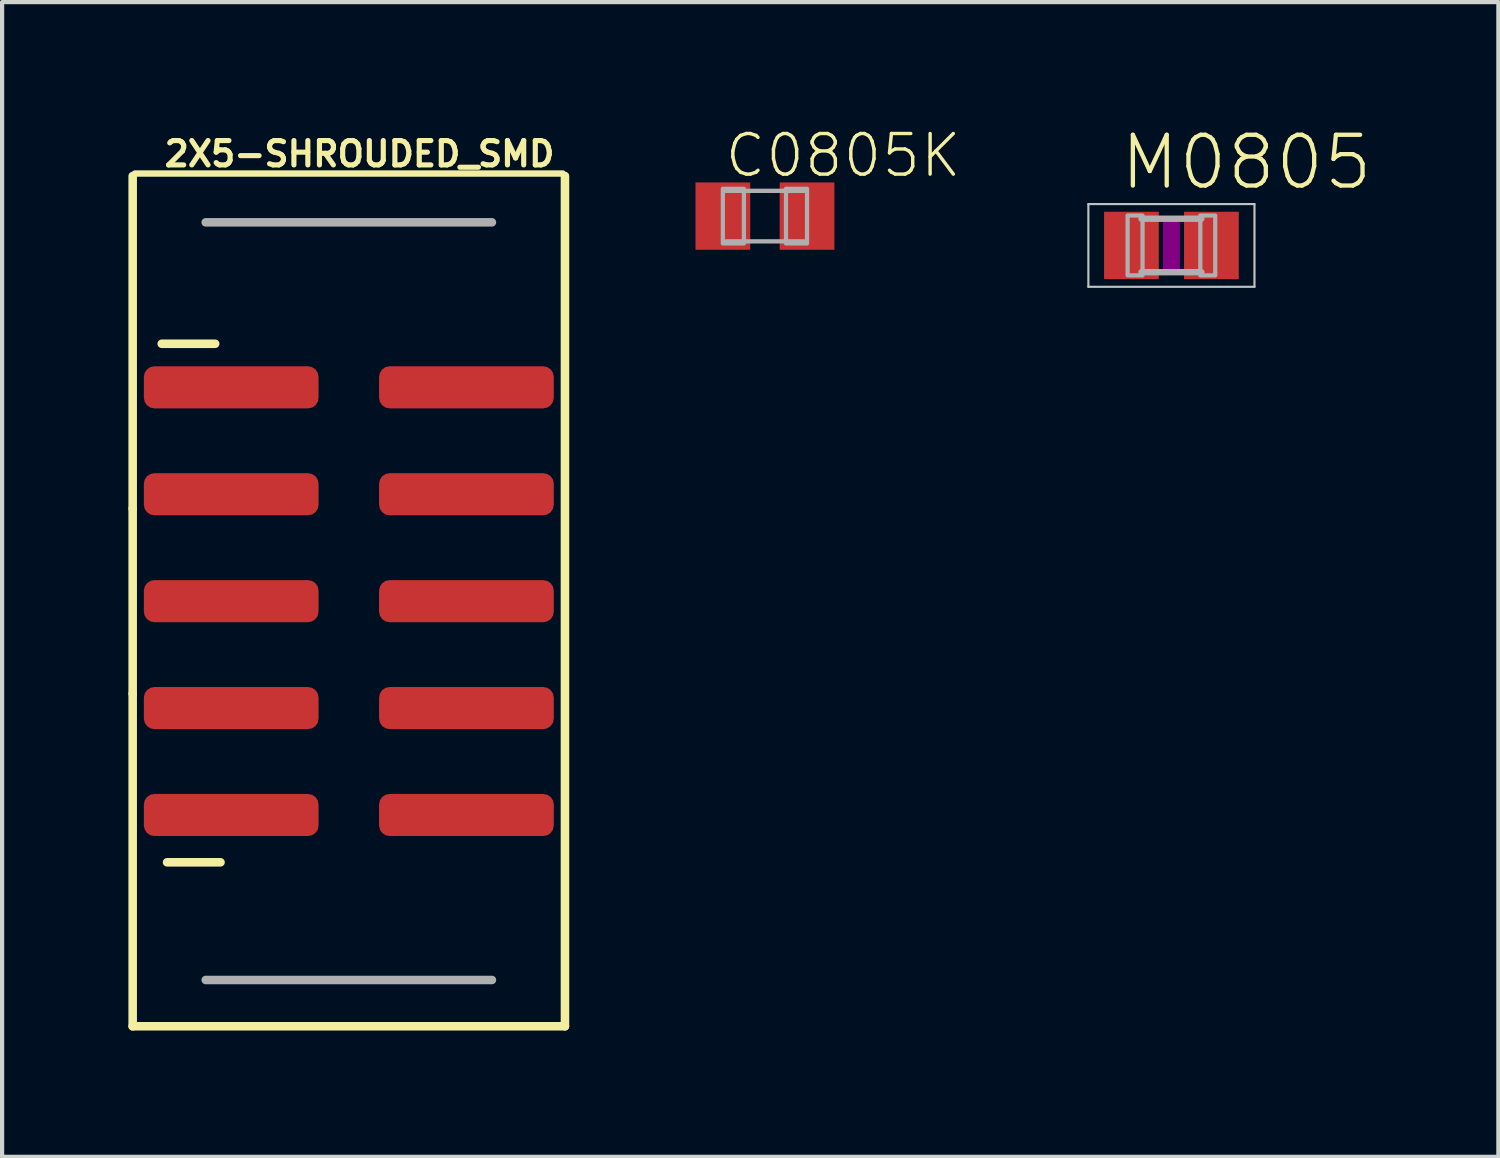
<source format=kicad_pcb>
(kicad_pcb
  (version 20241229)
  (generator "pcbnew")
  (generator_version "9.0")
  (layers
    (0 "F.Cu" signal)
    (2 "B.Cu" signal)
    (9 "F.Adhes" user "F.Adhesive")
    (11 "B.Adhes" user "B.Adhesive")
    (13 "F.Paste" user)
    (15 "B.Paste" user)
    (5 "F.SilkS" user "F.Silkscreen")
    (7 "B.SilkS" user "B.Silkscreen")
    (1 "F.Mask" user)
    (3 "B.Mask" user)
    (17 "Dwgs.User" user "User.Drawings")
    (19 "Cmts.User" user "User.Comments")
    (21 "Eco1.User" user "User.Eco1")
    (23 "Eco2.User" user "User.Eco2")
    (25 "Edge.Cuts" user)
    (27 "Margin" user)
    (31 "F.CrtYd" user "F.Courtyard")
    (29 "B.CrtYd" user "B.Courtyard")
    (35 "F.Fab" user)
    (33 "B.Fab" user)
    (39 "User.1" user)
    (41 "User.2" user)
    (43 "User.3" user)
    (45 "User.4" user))
  (footprint "C0805K"
    (layer "F.Cu")
    (at 15.123 2.084)
    (property "Reference" "C0805K" (at -1 -0.875 0) (layer "F.SilkS") (effects (font (size 0.965 0.965) (thickness 0.081)) (justify left bottom)))
    (attr through_hole)
    (fp_line (start -0.925 -0.6) (end 0.925 -0.6) (stroke (width 0.102) (type solid)) (layer "F.Fab"))
    (fp_line (start 0.925 0.6) (end -0.925 0.6) (stroke (width 0.102) (type solid)) (layer "F.Fab"))
    (fp_poly (pts (xy -1 0.65) (xy -0.5 0.65) (xy -0.5 -0.65) (xy -1 -0.65)) (stroke (width 0.1) (type solid)) (fill no) (layer "F.Fab"))
    (fp_poly (pts (xy 0.5 0.65) (xy 1 0.65) (xy 1 -0.65) (xy 0.5 -0.65)) (stroke (width 0.1) (type solid)) (fill no) (layer "F.Fab"))
    (pad "1" smd rect (at -1 0) (size 1.3 1.6) (layers "F.Cu" "F.Mask" "F.Paste"))
    (pad "2" smd rect (at 1 0) (size 1.3 1.6) (layers "F.Cu" "F.Mask" "F.Paste")))
  (footprint "M0805"
    (layer "F.Cu")
    (at 24.78 2.781)
    (property "Reference" "M0805" (at -1.27 -1.27 0) (layer "F.SilkS") (effects (font (size 1.206 1.206) (thickness 0.102)) (justify left bottom)))
    (attr through_hole)
    (fp_poly (pts (xy -0.2 0.6) (xy 0.2 0.6) (xy 0.2 -0.6) (xy -0.2 -0.6)) (stroke (width 0) (type solid)) (fill yes) (layer "F.Adhes"))
    (fp_line (start -1.973 -0.983) (end 1.973 -0.983) (stroke (width 0.051) (type solid)) (layer "Dwgs.User"))
    (fp_line (start -1.973 0.983) (end -1.973 -0.983) (stroke (width 0.051) (type solid)) (layer "Dwgs.User"))
    (fp_line (start 1.973 -0.983) (end 1.973 0.983) (stroke (width 0.051) (type solid)) (layer "Dwgs.User"))
    (fp_line (start 1.973 0.983) (end -1.973 0.983) (stroke (width 0.051) (type solid)) (layer "Dwgs.User"))
    (fp_line (start 0.711 -0.635) (end -0.711 -0.635) (stroke (width 0.152) (type solid)) (layer "F.Fab"))
    (fp_line (start 0.711 0.635) (end -0.711 0.635) (stroke (width 0.152) (type solid)) (layer "F.Fab"))
    (fp_poly (pts (xy -1.041 0.711) (xy -0.686 0.711) (xy -0.686 -0.711) (xy -1.041 -0.711)) (stroke (width 0.1) (type solid)) (fill no) (layer "F.Fab"))
    (fp_poly (pts (xy 0.686 0.711) (xy 1.041 0.711) (xy 1.041 -0.711) (xy 0.686 -0.711)) (stroke (width 0.1) (type solid)) (fill no) (layer "F.Fab"))
    (pad "1" smd rect (at -0.95 0) (size 1.3 1.6) (layers "F.Cu" "F.Mask" "F.Paste"))
    (pad "2" smd rect (at 0.95 0) (size 1.3 1.6) (layers "F.Cu" "F.Mask" "F.Paste")))
  (footprint "2X5-SHROUDED_SMD"
    (layer "F.Cu")
    (at 5.237 11.232)
    (property "Reference" "2X5-SHROUDED_SMD" (at -4.445 -10.287 0) (layer "F.SilkS") (effects (font (size 0.579 0.579) (thickness 0.122)) (justify left bottom)))
    (attr through_hole)
    (fp_line (start -5.135 -2.2) (end -5.135 -10.1) (stroke (width 0.203) (type solid)) (layer "F.SilkS"))
    (fp_line (start -5.135 2.2) (end -5.135 -2.2) (stroke (width 0.203) (type solid)) (layer "F.SilkS"))
    (fp_line (start -5.135 10.1) (end -5.135 2.2) (stroke (width 0.203) (type solid)) (layer "F.SilkS"))
    (fp_line (start -5.08 -10.16) (end 5.08 -10.16) (stroke (width 0.152) (type solid)) (layer "F.SilkS"))
    (fp_line (start -4.445 -6.115) (end -3.175 -6.115) (stroke (width 0.203) (type solid)) (layer "F.SilkS"))
    (fp_line (start -4.318 6.204) (end -3.048 6.204) (stroke (width 0.203) (type solid)) (layer "F.SilkS"))
    (fp_line (start 5.135 -10.1) (end 5.135 10.1) (stroke (width 0.203) (type solid)) (layer "F.SilkS"))
    (fp_line (start 5.135 10.1) (end -5.135 10.1) (stroke (width 0.203) (type solid)) (layer "F.SilkS"))
    (fp_line (start -3.4 -9) (end 3.4 -9) (stroke (width 0.203) (type solid)) (layer "F.Fab"))
    (fp_line (start -3.4 9) (end 3.4 9) (stroke (width 0.203) (type solid)) (layer "F.Fab"))
    (pad "1" smd roundrect (at -2.794 -5.08) (size 4.15 1) (layers "F.Cu" "F.Mask" "F.Paste") (roundrect_rratio 0.25))
    (pad "2" smd roundrect (at 2.794 -5.08) (size 4.15 1) (layers "F.Cu" "F.Mask" "F.Paste") (roundrect_rratio 0.25))
    (pad "3" smd roundrect (at -2.794 -2.54) (size 4.15 1) (layers "F.Cu" "F.Mask" "F.Paste") (roundrect_rratio 0.25))
    (pad "4" smd roundrect (at 2.794 -2.54) (size 4.15 1) (layers "F.Cu" "F.Mask" "F.Paste") (roundrect_rratio 0.25))
    (pad "5" smd roundrect (at -2.794 0) (size 4.15 1) (layers "F.Cu" "F.Mask" "F.Paste") (roundrect_rratio 0.25))
    (pad "6" smd roundrect (at 2.794 0) (size 4.15 1) (layers "F.Cu" "F.Mask" "F.Paste") (roundrect_rratio 0.25))
    (pad "7" smd roundrect (at -2.794 2.54) (size 4.15 1) (layers "F.Cu" "F.Mask" "F.Paste") (roundrect_rratio 0.25))
    (pad "8" smd roundrect (at 2.794 2.54) (size 4.15 1) (layers "F.Cu" "F.Mask" "F.Paste") (roundrect_rratio 0.25))
    (pad "9" smd roundrect (at -2.794 5.08) (size 4.15 1) (layers "F.Cu" "F.Mask" "F.Paste") (roundrect_rratio 0.25))
    (pad "10" smd roundrect (at 2.794 5.08) (size 4.15 1) (layers "F.Cu" "F.Mask" "F.Paste") (roundrect_rratio 0.25)))
  (gr_rect
    (start -3 -3)
    (end 32.548 24.433)
    (stroke (width 0.1) (type default))
    (fill no)
    (layer "Edge.Cuts")))
</source>
